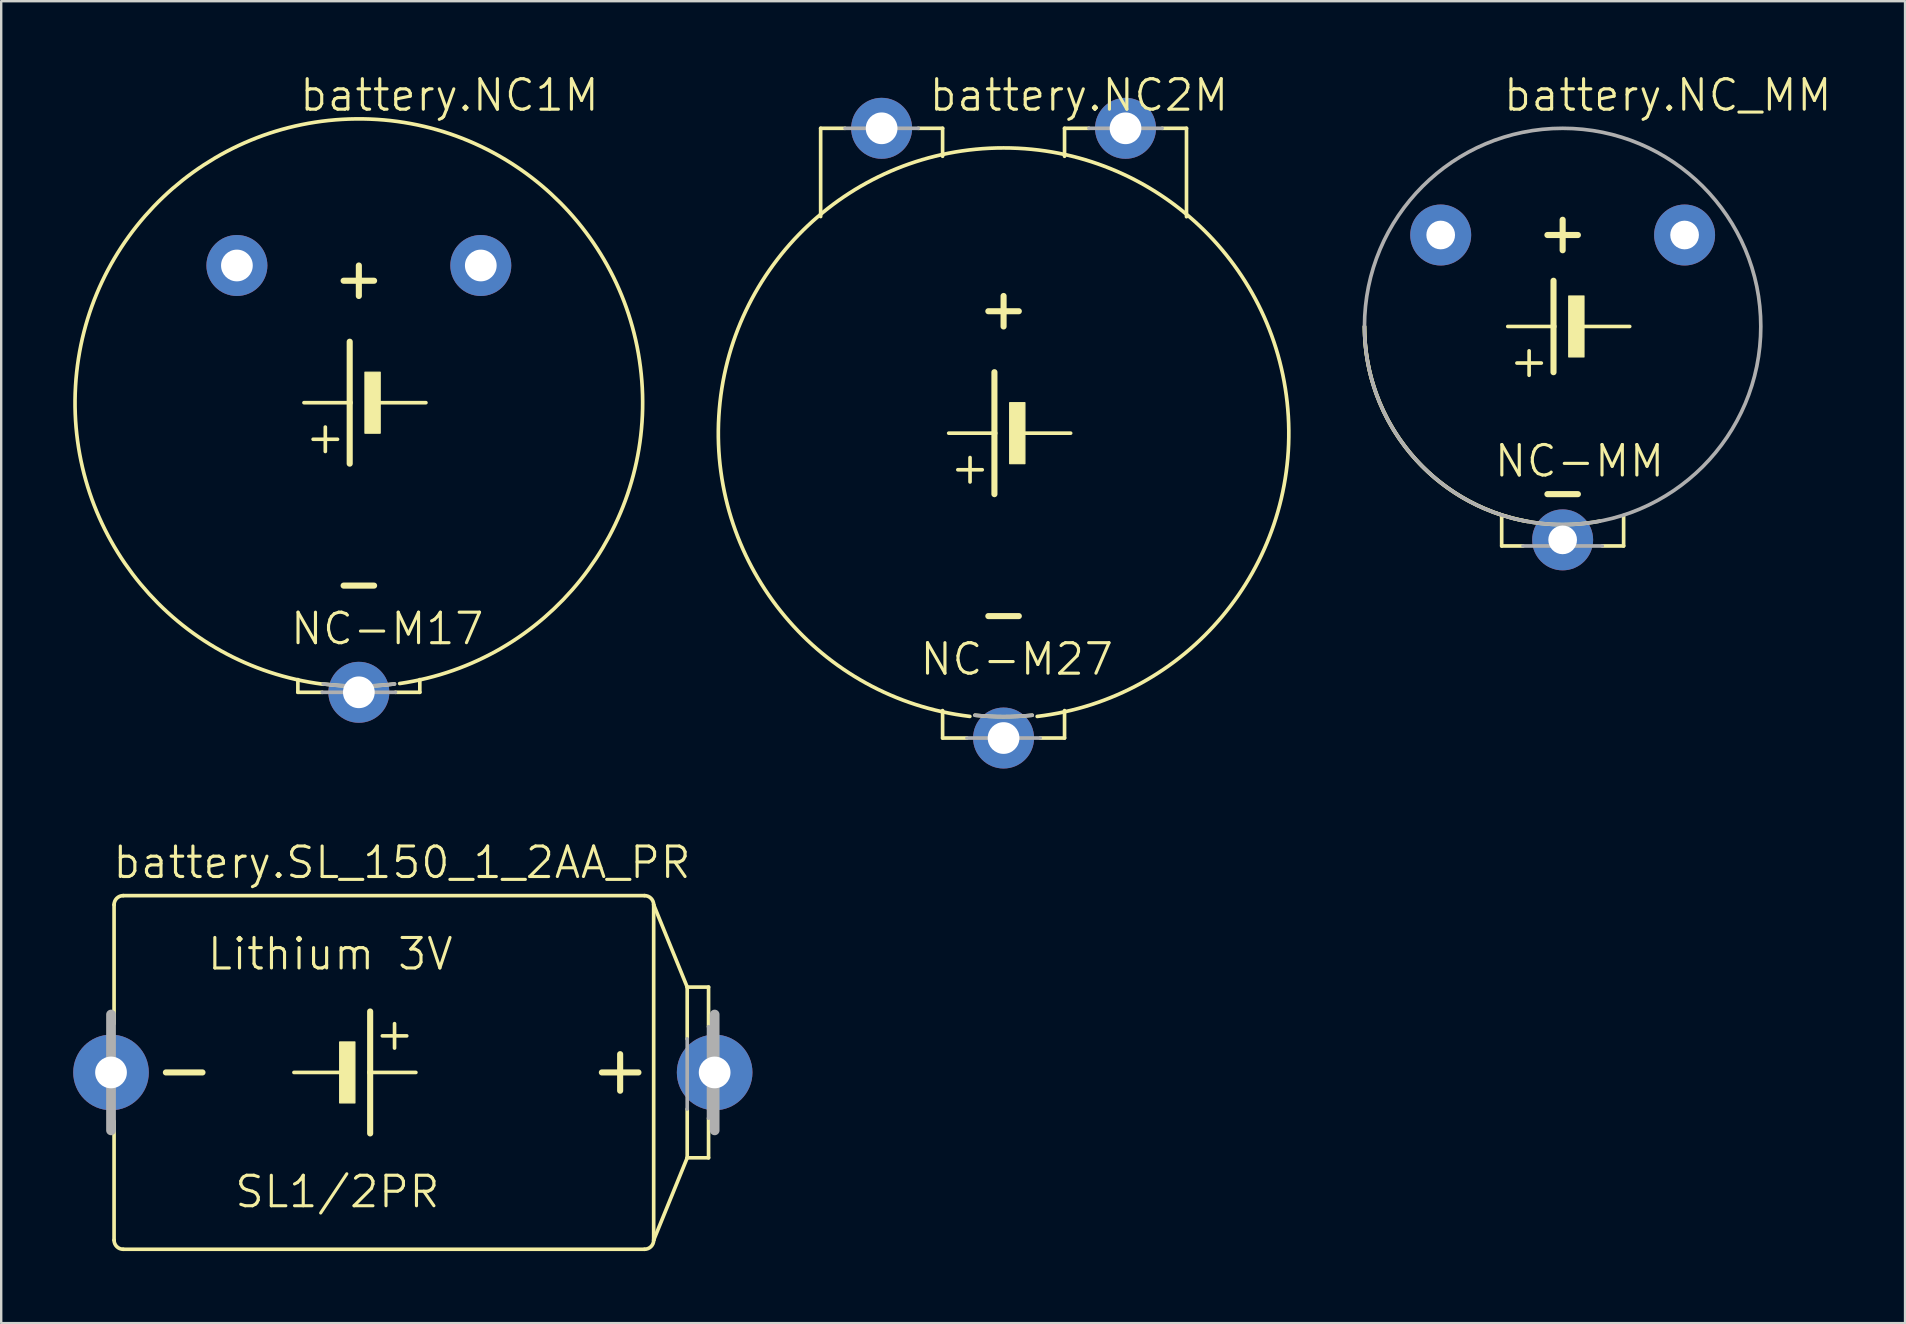
<source format=kicad_pcb>
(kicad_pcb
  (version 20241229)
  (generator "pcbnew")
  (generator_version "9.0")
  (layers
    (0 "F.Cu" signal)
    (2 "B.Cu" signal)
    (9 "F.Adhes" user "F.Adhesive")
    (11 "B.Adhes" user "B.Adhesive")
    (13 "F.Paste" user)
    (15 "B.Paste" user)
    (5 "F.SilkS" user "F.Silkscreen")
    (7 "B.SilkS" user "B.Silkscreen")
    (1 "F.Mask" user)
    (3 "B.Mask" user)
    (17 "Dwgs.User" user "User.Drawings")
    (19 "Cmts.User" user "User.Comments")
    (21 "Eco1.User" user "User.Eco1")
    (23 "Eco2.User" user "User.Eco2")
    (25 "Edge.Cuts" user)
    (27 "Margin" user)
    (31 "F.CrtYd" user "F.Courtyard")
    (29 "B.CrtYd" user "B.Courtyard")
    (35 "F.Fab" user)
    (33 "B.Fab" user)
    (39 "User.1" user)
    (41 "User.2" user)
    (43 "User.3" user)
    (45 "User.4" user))
  (footprint "battery.NC2M"
    (layer "F.Cu")
    (at 38.757 14.995)
    (property "Reference" "battery.NC2M" (at -3.175 -13.335 0) (layer "F.SilkS") (effects (font (size 1.27 1.27) (thickness 0.13)) (justify left bottom)))
    (attr through_hole)
    (fp_line (start -7.62 -12.7) (end -6.604 -12.7) (stroke (width 0.152) (type default)) (layer "F.SilkS"))
    (fp_line (start -7.62 -9.024) (end -7.62 -12.7) (stroke (width 0.152) (type default)) (layer "F.SilkS"))
    (fp_line (start -3.556 -12.7) (end -2.54 -12.7) (stroke (width 0.152) (type default)) (layer "F.SilkS"))
    (fp_line (start -2.54 -11.535) (end -2.54 -12.7) (stroke (width 0.152) (type default)) (layer "F.SilkS"))
    (fp_line (start -2.54 12.7) (end -2.54 11.557) (stroke (width 0.152) (type default)) (layer "F.SilkS"))
    (fp_line (start -2.54 12.7) (end -1.524 12.7) (stroke (width 0.152) (type default)) (layer "F.SilkS"))
    (fp_line (start -1.397 2.032) (end -1.397 1.016) (stroke (width 0.152) (type default)) (layer "F.SilkS"))
    (fp_line (start -0.889 1.524) (end -1.905 1.524) (stroke (width 0.152) (type default)) (layer "F.SilkS"))
    (fp_line (start -0.635 -5.08) (end 0.635 -5.08) (stroke (width 0.254) (type default)) (layer "F.SilkS"))
    (fp_line (start -0.635 7.62) (end 0.635 7.62) (stroke (width 0.254) (type default)) (layer "F.SilkS"))
    (fp_line (start -0.381 0) (end -2.286 0) (stroke (width 0.152) (type default)) (layer "F.SilkS"))
    (fp_line (start -0.381 0) (end -0.381 -2.54) (stroke (width 0.254) (type default)) (layer "F.SilkS"))
    (fp_line (start -0.381 2.54) (end -0.381 0) (stroke (width 0.254) (type default)) (layer "F.SilkS"))
    (fp_line (start 0 -5.715) (end 0 -4.445) (stroke (width 0.254) (type default)) (layer "F.SilkS"))
    (fp_line (start 1.524 12.7) (end 2.54 12.7) (stroke (width 0.152) (type default)) (layer "F.SilkS"))
    (fp_line (start 2.54 -12.7) (end 3.556 -12.7) (stroke (width 0.152) (type default)) (layer "F.SilkS"))
    (fp_line (start 2.54 -11.535) (end 2.54 -12.7) (stroke (width 0.152) (type default)) (layer "F.SilkS"))
    (fp_line (start 2.54 12.7) (end 2.54 11.557) (stroke (width 0.152) (type default)) (layer "F.SilkS"))
    (fp_line (start 2.794 0) (end 0.889 0) (stroke (width 0.152) (type default)) (layer "F.SilkS"))
    (fp_line (start 6.604 -12.7) (end 7.62 -12.7) (stroke (width 0.152) (type default)) (layer "F.SilkS"))
    (fp_line (start 7.62 -12.7) (end 7.62 -9.017) (stroke (width 0.152) (type default)) (layer "F.SilkS"))
    (fp_rect (start 0.254 1.27) (end 0.889 -1.27) (stroke (width 0.05) (type default)) (fill yes) (layer "F.SilkS"))
    (fp_arc (start -1.404695 11.799441) (mid 0.002366 -11.882758) (end 1.4 11.799999) (stroke (width 0.1524) (type default)) (layer "F.SilkS"))
    (fp_arc (start 1.1922 11.7507) (mid 0 11.811024) (end -1.1922 11.7507) (stroke (width 0.1524) (type default)) (layer "F.SilkS"))
    (fp_line (start -6.604 -12.7) (end -3.556 -12.7) (stroke (width 0.152) (type default)) (layer "F.Fab"))
    (fp_line (start -1.524 12.7) (end 1.524 12.7) (stroke (width 0.152) (type default)) (layer "F.Fab"))
    (fp_line (start 3.556 -12.7) (end 6.604 -12.7) (stroke (width 0.152) (type default)) (layer "F.Fab"))
    (fp_arc (start 1.1922 11.7507) (mid 0 11.811024) (end -1.1922 11.7507) (stroke (width 0.1524) (type default)) (layer "F.Fab"))
    (fp_text user "NC-M27" (at -3.556 10.16 0) (layer "F.SilkS") (effects (font (size 1.27 1.27) (thickness 0.13)) (justify left bottom)))
    (pad "+" thru_hole circle (at 5.08 -12.7) (size 2.54 2.54) (drill 1.321) (layers "*.Cu" "*.Mask"))
    (pad "+@1" thru_hole circle (at -5.08 -12.7) (size 2.54 2.54) (drill 1.321) (layers "*.Cu" "*.Mask"))
    (pad "-" thru_hole circle (at 0 12.7) (size 2.54 2.54) (drill 1.321) (layers "*.Cu" "*.Mask")))
  (footprint "battery.NC1M"
    (layer "F.Cu")
    (at 11.899 13.725)
    (property "Reference" "battery.NC1M" (at -2.54 -12.065 0) (layer "F.SilkS") (effects (font (size 1.27 1.27) (thickness 0.13)) (justify left bottom)))
    (attr through_hole)
    (fp_line (start -2.54 12.065) (end -2.54 11.535) (stroke (width 0.152) (type default)) (layer "F.SilkS"))
    (fp_line (start -2.54 12.065) (end -1.524 12.065) (stroke (width 0.152) (type default)) (layer "F.SilkS"))
    (fp_line (start -1.397 2.032) (end -1.397 1.016) (stroke (width 0.152) (type default)) (layer "F.SilkS"))
    (fp_line (start -0.889 1.524) (end -1.905 1.524) (stroke (width 0.152) (type default)) (layer "F.SilkS"))
    (fp_line (start -0.635 -5.08) (end 0.635 -5.08) (stroke (width 0.254) (type default)) (layer "F.SilkS"))
    (fp_line (start -0.635 7.62) (end 0.635 7.62) (stroke (width 0.254) (type default)) (layer "F.SilkS"))
    (fp_line (start -0.381 0) (end -2.286 0) (stroke (width 0.152) (type default)) (layer "F.SilkS"))
    (fp_line (start -0.381 0) (end -0.381 -2.54) (stroke (width 0.254) (type default)) (layer "F.SilkS"))
    (fp_line (start -0.381 2.54) (end -0.381 0) (stroke (width 0.254) (type default)) (layer "F.SilkS"))
    (fp_line (start 0 -5.715) (end 0 -4.445) (stroke (width 0.254) (type default)) (layer "F.SilkS"))
    (fp_line (start 1.524 12.065) (end 2.54 12.065) (stroke (width 0.152) (type default)) (layer "F.SilkS"))
    (fp_line (start 2.54 12.065) (end 2.54 11.535) (stroke (width 0.152) (type default)) (layer "F.SilkS"))
    (fp_line (start 2.794 0) (end 0.889 0) (stroke (width 0.152) (type default)) (layer "F.SilkS"))
    (fp_rect (start 0.254 1.27) (end 0.889 -1.27) (stroke (width 0.05) (type default)) (fill yes) (layer "F.SilkS"))
    (fp_arc (start -1.484717 11.729263) (mid -0.108629 -11.822356) (end 1.7 11.7) (stroke (width 0.1524) (type default)) (layer "F.SilkS"))
    (fp_arc (start 1.4838 11.7174) (mid 0 11.810975) (end -1.4838 11.7174) (stroke (width 0.1524) (type default)) (layer "F.SilkS"))
    (fp_line (start -1.524 12.065) (end 1.524 12.065) (stroke (width 0.152) (type default)) (layer "F.Fab"))
    (fp_arc (start 1.4838 11.7174) (mid 0 11.810975) (end -1.4838 11.7174) (stroke (width 0.1524) (type default)) (layer "F.Fab"))
    (fp_text user "NC-M17" (at -2.921 10.16 0) (layer "F.SilkS") (effects (font (size 1.27 1.27) (thickness 0.13)) (justify left bottom)))
    (pad "+" thru_hole circle (at 5.08 -5.715) (size 2.54 2.54) (drill 1.321) (layers "*.Cu" "*.Mask"))
    (pad "+@1" thru_hole circle (at -5.08 -5.715) (size 2.54 2.54) (drill 1.321) (layers "*.Cu" "*.Mask"))
    (pad "-" thru_hole circle (at 0 12.065) (size 2.54 2.54) (drill 1.321) (layers "*.Cu" "*.Mask")))
  (footprint "battery.NC_MM"
    (layer "F.Cu")
    (at 62.047 10.55)
    (property "Reference" "battery.NC_MM" (at -2.54 -8.89 0) (layer "F.SilkS") (effects (font (size 1.27 1.27) (thickness 0.13)) (justify left bottom)))
    (attr through_hole)
    (fp_line (start -2.54 7.874) (end -2.54 9.144) (stroke (width 0.152) (type default)) (layer "F.SilkS"))
    (fp_line (start -1.651 9.144) (end -2.54 9.144) (stroke (width 0.152) (type default)) (layer "F.SilkS"))
    (fp_line (start -1.397 2.032) (end -1.397 1.016) (stroke (width 0.152) (type default)) (layer "F.SilkS"))
    (fp_line (start -0.889 1.524) (end -1.905 1.524) (stroke (width 0.152) (type default)) (layer "F.SilkS"))
    (fp_line (start -0.635 -3.81) (end 0.635 -3.81) (stroke (width 0.254) (type default)) (layer "F.SilkS"))
    (fp_line (start -0.635 6.985) (end 0.635 6.985) (stroke (width 0.254) (type default)) (layer "F.SilkS"))
    (fp_line (start -0.381 0) (end -2.286 0) (stroke (width 0.152) (type default)) (layer "F.SilkS"))
    (fp_line (start -0.381 0) (end -0.381 -1.905) (stroke (width 0.254) (type default)) (layer "F.SilkS"))
    (fp_line (start -0.381 1.905) (end -0.381 0) (stroke (width 0.254) (type default)) (layer "F.SilkS"))
    (fp_line (start 0 -4.445) (end 0 -3.175) (stroke (width 0.254) (type default)) (layer "F.SilkS"))
    (fp_line (start 1.651 9.144) (end 2.54 9.144) (stroke (width 0.152) (type default)) (layer "F.SilkS"))
    (fp_line (start 2.54 7.874) (end 2.54 9.144) (stroke (width 0.152) (type default)) (layer "F.SilkS"))
    (fp_line (start 2.794 0) (end 0.889 0) (stroke (width 0.152) (type default)) (layer "F.SilkS"))
    (fp_rect (start 0.254 1.27) (end 0.889 -1.27) (stroke (width 0.05) (type default)) (fill yes) (layer "F.SilkS"))
    (fp_arc (start -1.4767 8.1218) (mid -6.337776 5.289341) (end -8.255 0) (stroke (width 0.1524) (type default)) (layer "F.SilkS"))
    (fp_arc (start 1.5501 8.1082) (mid -5.260657 6.36166) (end -8.255 0) (stroke (width 0.1524) (type default)) (layer "F.SilkS"))
    (fp_line (start -1.651 9.144) (end 1.651 9.144) (stroke (width 0.152) (type default)) (layer "F.Fab"))
    (fp_circle (center 0 0) (end 8.255 0) (stroke (width 0.152) (type default)) (fill no) (layer "F.Fab"))
    (fp_text user "NC-MM" (at -2.921 6.35 0) (layer "F.SilkS") (effects (font (size 1.27 1.27) (thickness 0.13)) (justify left bottom)))
    (pad "+" thru_hole circle (at 5.08 -3.81) (size 2.54 2.54) (drill 1.194) (layers "*.Cu" "*.Mask"))
    (pad "+@1" thru_hole circle (at -5.08 -3.81) (size 2.54 2.54) (drill 1.194) (layers "*.Cu" "*.Mask"))
    (pad "-" thru_hole circle (at 0 8.89) (size 2.54 2.54) (drill 1.194) (layers "*.Cu" "*.Mask")))
  (footprint "battery.SL_150_1_2AA_PR"
    (layer "F.Cu")
    (at 14.275 41.626)
    (property "Reference" "battery.SL_150_1_2AA_PR" (at -12.7 -8.001 0) (layer "F.SilkS") (effects (font (size 1.27 1.27) (thickness 0.13)) (justify left bottom)))
    (attr through_hole)
    (fp_line (start -12.573 -6.985) (end -12.573 -2.032) (stroke (width 0.152) (type default)) (layer "F.SilkS"))
    (fp_line (start -12.573 6.985) (end -12.573 2.032) (stroke (width 0.152) (type default)) (layer "F.SilkS"))
    (fp_line (start -10.414 0) (end -8.89 0) (stroke (width 0.254) (type default)) (layer "F.SilkS"))
    (fp_line (start -5.08 0) (end -3.175 0) (stroke (width 0.152) (type default)) (layer "F.SilkS"))
    (fp_line (start -1.905 -2.54) (end -1.905 0) (stroke (width 0.254) (type default)) (layer "F.SilkS"))
    (fp_line (start -1.905 0) (end -1.905 2.54) (stroke (width 0.254) (type default)) (layer "F.SilkS"))
    (fp_line (start -1.905 0) (end 0 0) (stroke (width 0.152) (type default)) (layer "F.SilkS"))
    (fp_line (start -1.397 -1.524) (end -0.381 -1.524) (stroke (width 0.152) (type default)) (layer "F.SilkS"))
    (fp_line (start -0.889 -2.032) (end -0.889 -1.016) (stroke (width 0.152) (type default)) (layer "F.SilkS"))
    (fp_line (start 7.747 0) (end 9.271 0) (stroke (width 0.254) (type default)) (layer "F.SilkS"))
    (fp_line (start 8.509 0.762) (end 8.509 -0.762) (stroke (width 0.254) (type default)) (layer "F.SilkS"))
    (fp_line (start 9.525 -7.366) (end -12.192 -7.366) (stroke (width 0.152) (type default)) (layer "F.SilkS"))
    (fp_line (start 9.525 7.366) (end -12.192 7.366) (stroke (width 0.152) (type default)) (layer "F.SilkS"))
    (fp_line (start 9.906 -6.985) (end 9.906 6.985) (stroke (width 0.152) (type default)) (layer "F.SilkS"))
    (fp_line (start 9.906 6.985) (end 11.303 3.556) (stroke (width 0.152) (type default)) (layer "F.SilkS"))
    (fp_line (start 11.303 -3.556) (end 9.906 -6.985) (stroke (width 0.152) (type default)) (layer "F.SilkS"))
    (fp_line (start 11.303 -1.397) (end 11.303 -3.556) (stroke (width 0.152) (type default)) (layer "F.SilkS"))
    (fp_line (start 11.303 3.556) (end 11.303 1.524) (stroke (width 0.152) (type default)) (layer "F.SilkS"))
    (fp_line (start 12.192 -3.556) (end 11.303 -3.556) (stroke (width 0.152) (type default)) (layer "F.SilkS"))
    (fp_line (start 12.192 -1.905) (end 12.192 -3.556) (stroke (width 0.152) (type default)) (layer "F.SilkS"))
    (fp_line (start 12.192 3.556) (end 11.303 3.556) (stroke (width 0.152) (type default)) (layer "F.SilkS"))
    (fp_line (start 12.192 3.556) (end 12.192 1.905) (stroke (width 0.152) (type default)) (layer "F.SilkS"))
    (fp_rect (start -3.175 1.27) (end -2.54 -1.27) (stroke (width 0.05) (type default)) (fill yes) (layer "F.SilkS"))
    (fp_arc (start -12.573 -6.985) (mid -12.461408 -7.254408) (end -12.192 -7.366) (stroke (width 0.1524) (type default)) (layer "F.SilkS"))
    (fp_arc (start -12.192 7.366) (mid -12.461408 7.254408) (end -12.573 6.985) (stroke (width 0.1524) (type default)) (layer "F.SilkS"))
    (fp_arc (start 9.525 -7.366) (mid 9.794408 -7.254408) (end 9.906 -6.985) (stroke (width 0.1524) (type default)) (layer "F.SilkS"))
    (fp_arc (start 9.906 6.985) (mid 9.794408 7.254408) (end 9.525 7.366) (stroke (width 0.1524) (type default)) (layer "F.SilkS"))
    (fp_line (start -12.7 2.413) (end -12.7 -2.413) (stroke (width 0.406) (type default)) (layer "F.Fab"))
    (fp_line (start 11.303 1.524) (end 11.303 -1.397) (stroke (width 0.152) (type default)) (layer "F.Fab"))
    (fp_line (start 12.192 1.905) (end 12.192 -1.905) (stroke (width 0.152) (type default)) (layer "F.Fab"))
    (fp_line (start 12.446 2.413) (end 12.446 -2.413) (stroke (width 0.406) (type default)) (layer "F.Fab"))
    (fp_text user "SL1/2PR" (at -7.62 5.715 0) (layer "F.SilkS") (effects (font (size 1.27 1.27) (thickness 0.13)) (justify left bottom)))
    (fp_text user "Lithium 3V" (at -8.763 -4.191 0) (layer "F.SilkS") (effects (font (size 1.27 1.27) (thickness 0.13)) (justify left bottom)))
    (pad "+" thru_hole circle (at 12.446 0) (size 3.15 3.15) (drill 1.321) (layers "*.Cu" "*.Mask"))
    (pad "-" thru_hole circle (at -12.7 0) (size 3.15 3.15) (drill 1.321) (layers "*.Cu" "*.Mask")))
  (gr_rect
    (start -3 -3)
    (end 76.311 52.068)
    (stroke (width 0.1) (type default))
    (fill no)
    (layer "Edge.Cuts")))
</source>
